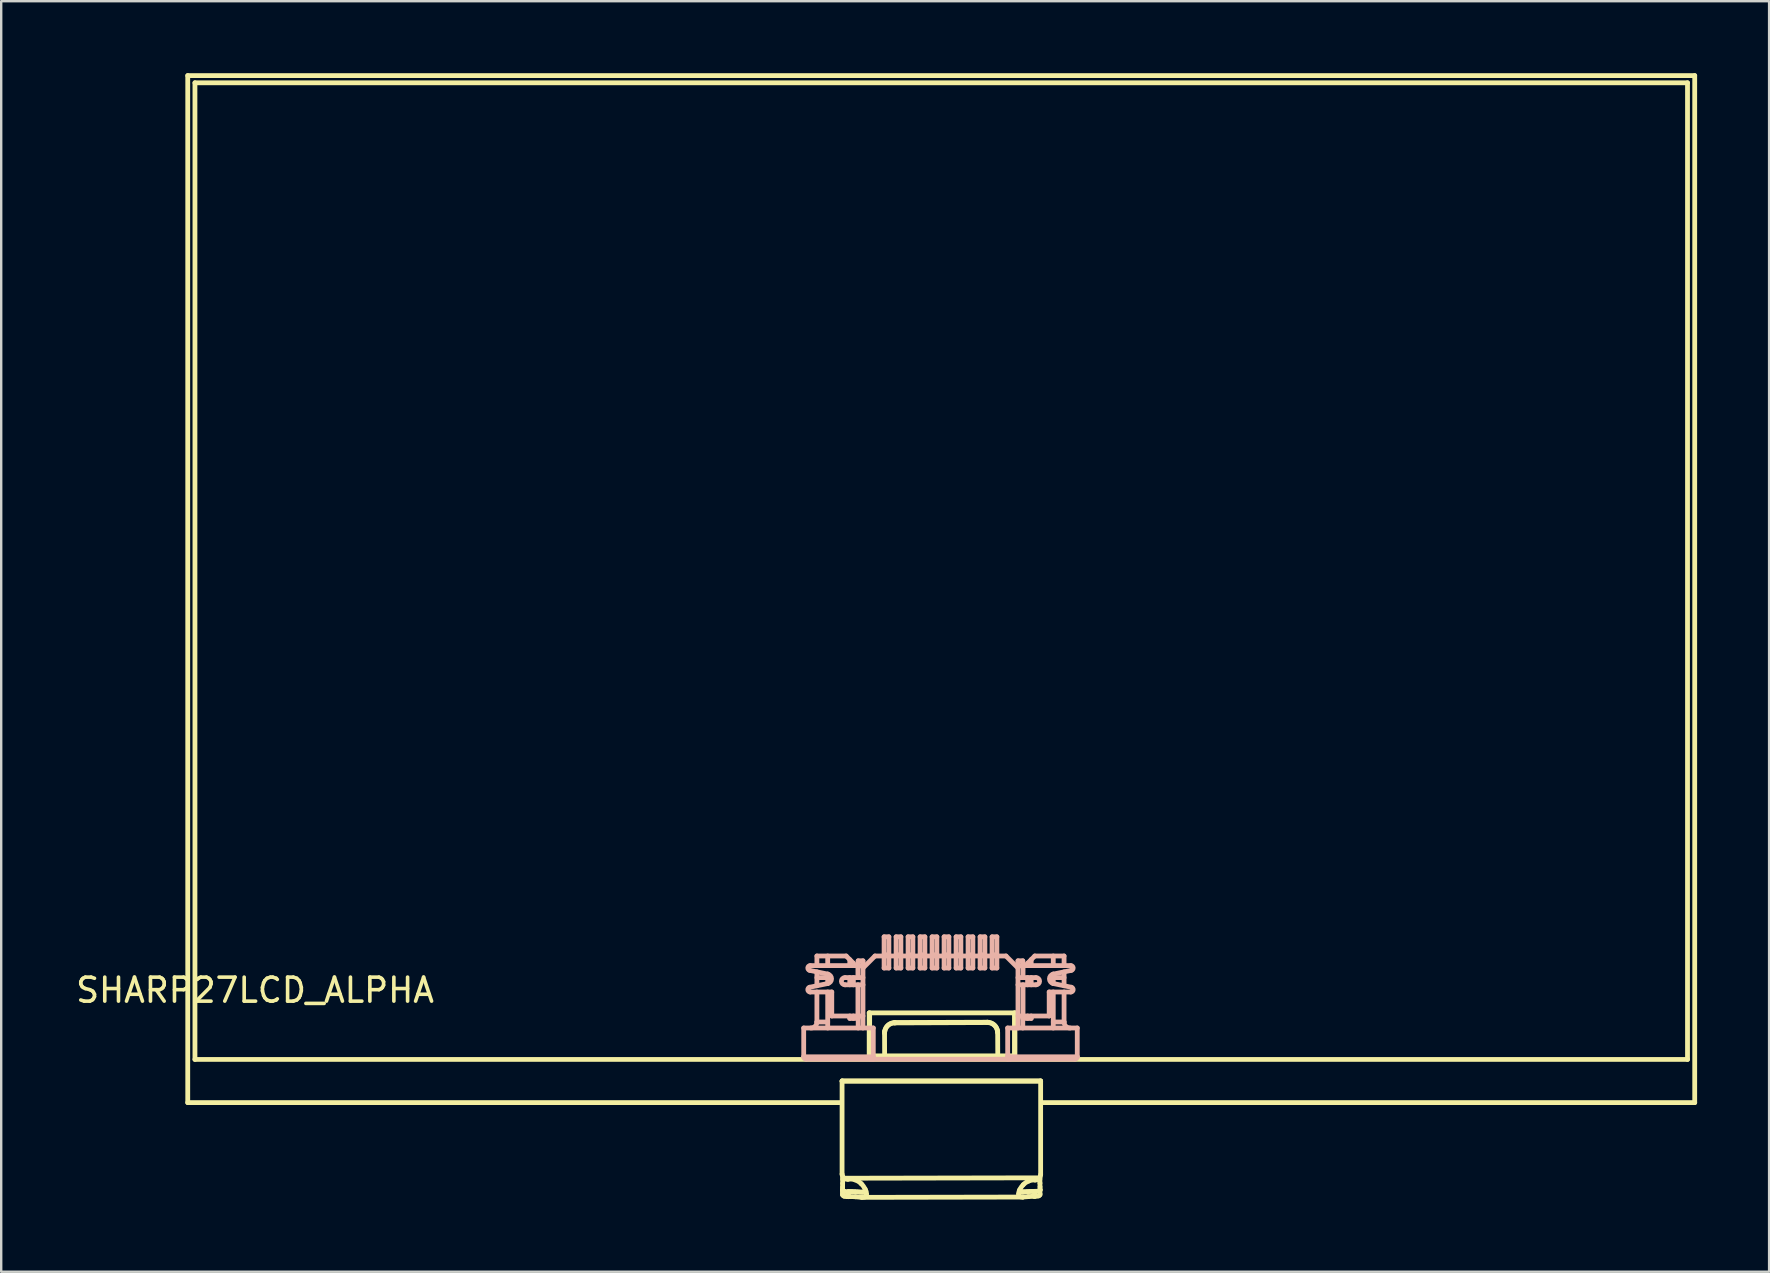
<source format=kicad_pcb>
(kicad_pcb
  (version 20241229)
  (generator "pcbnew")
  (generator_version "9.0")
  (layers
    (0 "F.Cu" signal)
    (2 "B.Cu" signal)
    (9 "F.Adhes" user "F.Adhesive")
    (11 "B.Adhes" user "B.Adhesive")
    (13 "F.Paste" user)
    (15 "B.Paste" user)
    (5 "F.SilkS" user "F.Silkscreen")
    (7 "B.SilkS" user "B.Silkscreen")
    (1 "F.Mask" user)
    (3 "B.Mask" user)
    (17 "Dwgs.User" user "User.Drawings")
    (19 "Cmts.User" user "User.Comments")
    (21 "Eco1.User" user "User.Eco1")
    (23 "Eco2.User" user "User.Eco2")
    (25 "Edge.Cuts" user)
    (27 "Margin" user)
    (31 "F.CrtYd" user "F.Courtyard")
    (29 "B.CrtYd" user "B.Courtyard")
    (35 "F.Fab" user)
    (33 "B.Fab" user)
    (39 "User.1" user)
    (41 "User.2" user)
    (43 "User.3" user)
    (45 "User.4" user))
  (footprint "SHARP27LCD_ALPHA"
    (layer "F.Cu")
    (at 8.974 43.1)
    (property "Reference" "SHARP27LCD_ALPHA" (at -1.396 -4.885 0) (layer "F.SilkS") (effects (font (size 1 1) (thickness 0.15))))
    (attr through_hole)
    (fp_line (start -4.2 -43) (end -4.2 -0.2) (stroke (width 0.2) (type solid)) (layer "F.SilkS"))
    (fp_line (start -4.2 -0.2) (end 23 -0.2) (stroke (width 0.2) (type solid)) (layer "F.SilkS"))
    (fp_line (start -3.9 -42.7) (end -3.9 -2) (stroke (width 0.2) (type solid)) (layer "F.SilkS"))
    (fp_line (start -3.9 -2) (end 58.3 -2) (stroke (width 0.2) (type solid)) (layer "F.SilkS"))
    (fp_line (start 23.068 -1.092) (end 23.068 2.777) (stroke (width 0.2) (type solid)) (layer "F.SilkS"))
    (fp_line (start 23.068 -1.092) (end 23.072 -1.108) (stroke (width 0.2) (type solid)) (layer "F.SilkS"))
    (fp_line (start 23.087 3.439) (end 23.089 3.624) (stroke (width 0.2) (type solid)) (layer "F.SilkS"))
    (fp_line (start 23.093 3.46) (end 23.095 3.654) (stroke (width 0.2) (type solid)) (layer "F.SilkS"))
    (fp_line (start 23.155 2.95) (end 31.298 2.934) (stroke (width 0.2) (type solid)) (layer "F.SilkS"))
    (fp_line (start 23.333 3.718) (end 23.332 3.51) (stroke (width 0.2) (type solid)) (layer "F.SilkS"))
    (fp_line (start 23.916 3.748) (end 30.594 3.735) (stroke (width 0.2) (type solid)) (layer "F.SilkS"))
    (fp_line (start 24.198 -3.94) (end 30.272 -3.94) (stroke (width 0.2) (type solid)) (layer "F.SilkS"))
    (fp_line (start 24.198 -2.048) (end 24.198 -3.94) (stroke (width 0.2) (type solid)) (layer "F.SilkS"))
    (fp_line (start 24.198 -2.048) (end 24.217 -2.149) (stroke (width 0.2) (type solid)) (layer "F.SilkS"))
    (fp_line (start 24.217 -2.149) (end 24.217 -3.94) (stroke (width 0.2) (type solid)) (layer "F.SilkS"))
    (fp_line (start 24.841 -2.149) (end 24.838 -3.094) (stroke (width 0.2) (type solid)) (layer "F.SilkS"))
    (fp_line (start 24.845 -3.174) (end 24.843 -3.16) (stroke (width 0.2) (type solid)) (layer "F.SilkS"))
    (fp_line (start 25.263 -3.522) (end 29.123 -3.537) (stroke (width 0.2) (type solid)) (layer "F.SilkS"))
    (fp_line (start 25.265 -3.537) (end 25.263 -3.522) (stroke (width 0.2) (type solid)) (layer "F.SilkS"))
    (fp_line (start 25.265 -3.537) (end 29.122 -3.551) (stroke (width 0.2) (type solid)) (layer "F.SilkS"))
    (fp_line (start 29.122 -3.551) (end 29.123 -3.537) (stroke (width 0.2) (type solid)) (layer "F.SilkS"))
    (fp_line (start 29.547 -3.174) (end 29.545 -3.188) (stroke (width 0.2) (type solid)) (layer "F.SilkS"))
    (fp_line (start 29.552 -3.111) (end 29.556 -2.149) (stroke (width 0.2) (type solid)) (layer "F.SilkS"))
    (fp_line (start 30.253 -3.94) (end 30.253 -2.149) (stroke (width 0.2) (type solid)) (layer "F.SilkS"))
    (fp_line (start 30.253 -2.149) (end 24.217 -2.149) (stroke (width 0.2) (type solid)) (layer "F.SilkS"))
    (fp_line (start 30.272 -3.94) (end 30.272 -2.048) (stroke (width 0.2) (type solid)) (layer "F.SilkS"))
    (fp_line (start 30.272 -2.048) (end 24.198 -2.048) (stroke (width 0.2) (type solid)) (layer "F.SilkS"))
    (fp_line (start 30.272 -2.048) (end 30.253 -2.149) (stroke (width 0.2) (type solid)) (layer "F.SilkS"))
    (fp_line (start 31.092 3.707) (end 31.092 3.498) (stroke (width 0.2) (type solid)) (layer "F.SilkS"))
    (fp_line (start 31.314 3.641) (end 31.315 3.447) (stroke (width 0.2) (type solid)) (layer "F.SilkS"))
    (fp_line (start 31.32 3.451) (end 31.32 3.428) (stroke (width 0.2) (type solid)) (layer "F.SilkS"))
    (fp_line (start 31.339 -1.108) (end 23.072 -1.108) (stroke (width 0.2) (type solid)) (layer "F.SilkS"))
    (fp_line (start 31.343 -1.092) (end 23.068 -1.092) (stroke (width 0.2) (type solid)) (layer "F.SilkS"))
    (fp_line (start 31.343 -1.092) (end 31.339 -1.108) (stroke (width 0.2) (type solid)) (layer "F.SilkS"))
    (fp_line (start 31.343 2.802) (end 31.343 -1.092) (stroke (width 0.2) (type solid)) (layer "F.SilkS"))
    (fp_line (start 31.4 -0.2) (end 58.6 -0.2) (stroke (width 0.2) (type solid)) (layer "F.SilkS"))
    (fp_line (start 58.3 -42.7) (end -3.9 -42.7) (stroke (width 0.2) (type solid)) (layer "F.SilkS"))
    (fp_line (start 58.3 -2) (end 58.3 -42.7) (stroke (width 0.2) (type solid)) (layer "F.SilkS"))
    (fp_line (start 58.6 -43) (end -4.2 -43) (stroke (width 0.2) (type solid)) (layer "F.SilkS"))
    (fp_line (start 58.6 -0.2) (end 58.6 -43) (stroke (width 0.2) (type solid)) (layer "F.SilkS"))
    (fp_arc (start 23.154666 2.949517) (mid 23.090867 2.873549) (end 23.067975 2.777022) (stroke (width 0.2) (type solid)) (layer "F.SilkS"))
    (fp_arc (start 24.837875 -3.09378) (mid 24.961813 -3.396197) (end 25.263292 -3.522401) (stroke (width 0.2) (type solid)) (layer "F.SilkS"))
    (fp_arc (start 24.844956 -3.17421) (mid 24.988099 -3.432973) (end 25.265101 -3.536503) (stroke (width 0.2) (type solid)) (layer "F.SilkS"))
    (fp_arc (start 29.121699 -3.550977) (mid 29.400763 -3.448427) (end 29.545076 -3.18849) (stroke (width 0.2) (type solid)) (layer "F.SilkS"))
    (fp_arc (start 29.123498 -3.536888) (mid 29.425915 -3.41295) (end 29.552119 -3.111471) (stroke (width 0.2) (type solid)) (layer "F.SilkS"))
    (fp_arc (start 31.342861 2.802226) (mid 31.331218 2.872012) (end 31.29755 2.934238) (stroke (width 0.2) (type solid)) (layer "F.SilkS"))
    (fp_curve (pts (xy 23.087 3.439) (xy 23.088 3.403) (xy 23.089 3.366) (xy 23.089 3.322)) (stroke (width 0.2) (type solid)) (layer "F.SilkS"))
    (fp_curve (pts (xy 23.089 3.322) (xy 23.09 3.277) (xy 23.091 3.224) (xy 23.091 3.168)) (stroke (width 0.2) (type solid)) (layer "F.SilkS"))
    (fp_curve (pts (xy 23.091 3.168) (xy 23.091 3.112) (xy 23.092 3.053) (xy 23.092 2.991)) (stroke (width 0.2) (type solid)) (layer "F.SilkS"))
    (fp_curve (pts (xy 23.092 2.991) (xy 23.092 2.951) (xy 23.091 2.911) (xy 23.091 2.87)) (stroke (width 0.2) (type solid)) (layer "F.SilkS"))
    (fp_curve (pts (xy 23.155 2.949) (xy 23.201 2.985) (xy 23.259 3.002) (xy 23.316 2.993)) (stroke (width 0.2) (type solid)) (layer "F.SilkS"))
    (fp_curve (pts (xy 23.156 3.7) (xy 23.111 3.684) (xy 23.087 3.658) (xy 23.089 3.624)) (stroke (width 0.2) (type solid)) (layer "F.SilkS"))
    (fp_curve (pts (xy 23.167 3.5) (xy 23.12 3.49) (xy 23.085 3.47) (xy 23.087 3.439)) (stroke (width 0.2) (type solid)) (layer "F.SilkS"))
    (fp_curve (pts (xy 23.316 2.995) (xy 23.417 2.974) (xy 23.52 2.987) (xy 23.616 3.02)) (stroke (width 0.2) (type solid)) (layer "F.SilkS"))
    (fp_curve (pts (xy 23.332 3.51) (xy 23.274 3.512) (xy 23.214 3.51) (xy 23.167 3.5)) (stroke (width 0.2) (type solid)) (layer "F.SilkS"))
    (fp_curve (pts (xy 23.333 3.718) (xy 23.267 3.721) (xy 23.2 3.715) (xy 23.156 3.7)) (stroke (width 0.2) (type solid)) (layer "F.SilkS"))
    (fp_curve (pts (xy 23.419 3.508) (xy 23.39 3.508) (xy 23.361 3.509) (xy 23.332 3.51)) (stroke (width 0.2) (type solid)) (layer "F.SilkS"))
    (fp_curve (pts (xy 23.504 3.509) (xy 23.476 3.508) (xy 23.447 3.508) (xy 23.419 3.508)) (stroke (width 0.2) (type solid)) (layer "F.SilkS"))
    (fp_curve (pts (xy 23.613 3.513) (xy 23.577 3.511) (xy 23.541 3.51) (xy 23.504 3.509)) (stroke (width 0.2) (type solid)) (layer "F.SilkS"))
    (fp_curve (pts (xy 23.616 3.02) (xy 23.712 3.054) (xy 23.798 3.111) (xy 23.868 3.18)) (stroke (width 0.2) (type solid)) (layer "F.SilkS"))
    (fp_curve (pts (xy 23.63 3.723) (xy 23.536 3.715) (xy 23.433 3.712) (xy 23.333 3.718)) (stroke (width 0.2) (type solid)) (layer "F.SilkS"))
    (fp_curve (pts (xy 23.716 3.52) (xy 23.683 3.518) (xy 23.648 3.515) (xy 23.613 3.513)) (stroke (width 0.2) (type solid)) (layer "F.SilkS"))
    (fp_curve (pts (xy 23.799 3.527) (xy 23.772 3.525) (xy 23.744 3.522) (xy 23.716 3.52)) (stroke (width 0.2) (type solid)) (layer "F.SilkS"))
    (fp_curve (pts (xy 23.868 3.18) (xy 23.938 3.249) (xy 23.992 3.329) (xy 24.028 3.404)) (stroke (width 0.2) (type solid)) (layer "F.SilkS"))
    (fp_curve (pts (xy 23.873 3.531) (xy 23.85 3.53) (xy 23.825 3.529) (xy 23.799 3.527)) (stroke (width 0.2) (type solid)) (layer "F.SilkS"))
    (fp_curve (pts (xy 23.879 3.747) (xy 23.81 3.743) (xy 23.725 3.731) (xy 23.63 3.723)) (stroke (width 0.2) (type solid)) (layer "F.SilkS"))
    (fp_curve (pts (xy 23.931 3.532) (xy 23.913 3.533) (xy 23.894 3.532) (xy 23.873 3.531)) (stroke (width 0.2) (type solid)) (layer "F.SilkS"))
    (fp_curve (pts (xy 23.981 3.528) (xy 23.966 3.531) (xy 23.949 3.532) (xy 23.931 3.532)) (stroke (width 0.2) (type solid)) (layer "F.SilkS"))
    (fp_curve (pts (xy 24.02 3.52) (xy 24.008 3.523) (xy 23.995 3.526) (xy 23.981 3.528)) (stroke (width 0.2) (type solid)) (layer "F.SilkS"))
    (fp_curve (pts (xy 24.028 3.404) (xy 24.065 3.479) (xy 24.084 3.549) (xy 24.085 3.605)) (stroke (width 0.2) (type solid)) (layer "F.SilkS"))
    (fp_curve (pts (xy 24.034 3.722) (xy 24 3.745) (xy 23.948 3.75) (xy 23.879 3.747)) (stroke (width 0.2) (type solid)) (layer "F.SilkS"))
    (fp_curve (pts (xy 24.049 3.505) (xy 24.041 3.511) (xy 24.031 3.516) (xy 24.02 3.52)) (stroke (width 0.2) (type solid)) (layer "F.SilkS"))
    (fp_curve (pts (xy 24.062 3.492) (xy 24.058 3.496) (xy 24.054 3.501) (xy 24.049 3.505)) (stroke (width 0.2) (type solid)) (layer "F.SilkS"))
    (fp_curve (pts (xy 24.085 3.605) (xy 24.086 3.661) (xy 24.069 3.7) (xy 24.034 3.722)) (stroke (width 0.2) (type solid)) (layer "F.SilkS"))
    (fp_curve (pts (xy 30.426 3.6) (xy 30.427 3.551) (xy 30.444 3.489) (xy 30.476 3.422)) (stroke (width 0.2) (type solid)) (layer "F.SilkS"))
    (fp_curve (pts (xy 30.46 3.494) (xy 30.457 3.491) (xy 30.454 3.488) (xy 30.451 3.485)) (stroke (width 0.2) (type solid)) (layer "F.SilkS"))
    (fp_curve (pts (xy 30.469 3.707) (xy 30.439 3.686) (xy 30.425 3.65) (xy 30.426 3.6)) (stroke (width 0.2) (type solid)) (layer "F.SilkS"))
    (fp_curve (pts (xy 30.476 3.422) (xy 30.508 3.355) (xy 30.555 3.284) (xy 30.617 3.222)) (stroke (width 0.2) (type solid)) (layer "F.SilkS"))
    (fp_curve (pts (xy 30.494 3.51) (xy 30.481 3.506) (xy 30.469 3.501) (xy 30.46 3.494)) (stroke (width 0.2) (type solid)) (layer "F.SilkS"))
    (fp_curve (pts (xy 30.537 3.517) (xy 30.521 3.516) (xy 30.507 3.513) (xy 30.494 3.51)) (stroke (width 0.2) (type solid)) (layer "F.SilkS"))
    (fp_curve (pts (xy 30.6 3.52) (xy 30.577 3.52) (xy 30.556 3.52) (xy 30.537 3.517)) (stroke (width 0.2) (type solid)) (layer "F.SilkS"))
    (fp_curve (pts (xy 30.604 3.735) (xy 30.544 3.736) (xy 30.499 3.729) (xy 30.469 3.707)) (stroke (width 0.2) (type solid)) (layer "F.SilkS"))
    (fp_curve (pts (xy 30.617 3.222) (xy 30.678 3.159) (xy 30.754 3.104) (xy 30.839 3.069)) (stroke (width 0.2) (type solid)) (layer "F.SilkS"))
    (fp_curve (pts (xy 30.67 3.517) (xy 30.645 3.519) (xy 30.622 3.52) (xy 30.6 3.52)) (stroke (width 0.2) (type solid)) (layer "F.SilkS"))
    (fp_curve (pts (xy 30.772 3.51) (xy 30.736 3.512) (xy 30.702 3.515) (xy 30.67 3.517)) (stroke (width 0.2) (type solid)) (layer "F.SilkS"))
    (fp_curve (pts (xy 30.823 3.717) (xy 30.739 3.724) (xy 30.664 3.734) (xy 30.604 3.735)) (stroke (width 0.2) (type solid)) (layer "F.SilkS"))
    (fp_curve (pts (xy 30.839 3.069) (xy 30.924 3.034) (xy 31.017 3.016) (xy 31.11 3.027)) (stroke (width 0.2) (type solid)) (layer "F.SilkS"))
    (fp_curve (pts (xy 30.879 3.503) (xy 30.842 3.505) (xy 30.807 3.507) (xy 30.772 3.51)) (stroke (width 0.2) (type solid)) (layer "F.SilkS"))
    (fp_curve (pts (xy 30.986 3.499) (xy 30.95 3.499) (xy 30.914 3.501) (xy 30.879 3.503)) (stroke (width 0.2) (type solid)) (layer "F.SilkS"))
    (fp_curve (pts (xy 31.092 3.707) (xy 31 3.704) (xy 30.907 3.71) (xy 30.823 3.717)) (stroke (width 0.2) (type solid)) (layer "F.SilkS"))
    (fp_curve (pts (xy 31.092 3.498) (xy 31.057 3.498) (xy 31.021 3.498) (xy 30.986 3.499)) (stroke (width 0.2) (type solid)) (layer "F.SilkS"))
    (fp_curve (pts (xy 31.111 3.024) (xy 31.147 3.027) (xy 31.183 3.02) (xy 31.216 3.004)) (stroke (width 0.2) (type solid)) (layer "F.SilkS"))
    (fp_curve (pts (xy 31.216 3.004) (xy 31.248 2.988) (xy 31.275 2.963) (xy 31.297 2.934)) (stroke (width 0.2) (type solid)) (layer "F.SilkS"))
    (fp_curve (pts (xy 31.248 3.486) (xy 31.203 3.496) (xy 31.148 3.499) (xy 31.092 3.498)) (stroke (width 0.2) (type solid)) (layer "F.SilkS"))
    (fp_curve (pts (xy 31.259 3.686) (xy 31.218 3.702) (xy 31.156 3.708) (xy 31.092 3.707)) (stroke (width 0.2) (type solid)) (layer "F.SilkS"))
    (fp_curve (pts (xy 31.311 2.907) (xy 31.311 2.931) (xy 31.311 2.954) (xy 31.312 2.978)) (stroke (width 0.2) (type solid)) (layer "F.SilkS"))
    (fp_curve (pts (xy 31.312 2.978) (xy 31.312 3.04) (xy 31.313 3.1) (xy 31.314 3.156)) (stroke (width 0.2) (type solid)) (layer "F.SilkS"))
    (fp_curve (pts (xy 31.314 3.156) (xy 31.315 3.213) (xy 31.316 3.266) (xy 31.317 3.311)) (stroke (width 0.2) (type solid)) (layer "F.SilkS"))
    (fp_curve (pts (xy 31.317 3.311) (xy 31.318 3.355) (xy 31.319 3.392) (xy 31.32 3.428)) (stroke (width 0.2) (type solid)) (layer "F.SilkS"))
    (fp_curve (pts (xy 31.319 3.614) (xy 31.32 3.646) (xy 31.299 3.671) (xy 31.259 3.686)) (stroke (width 0.2) (type solid)) (layer "F.SilkS"))
    (fp_curve (pts (xy 31.32 3.428) (xy 31.321 3.456) (xy 31.292 3.475) (xy 31.248 3.486)) (stroke (width 0.2) (type solid)) (layer "F.SilkS"))
    (fp_line (start 21.469 -3.31) (end 24.369 -3.31) (stroke (width 0.2) (type solid)) (layer "B.SilkS"))
    (fp_line (start 21.469 -2.11) (end 21.469 -3.31) (stroke (width 0.2) (type solid)) (layer "B.SilkS"))
    (fp_line (start 21.469 -2.11) (end 24.369 -2.11) (stroke (width 0.2) (type solid)) (layer "B.SilkS"))
    (fp_line (start 21.569 -2.01) (end 32.769 -2.01) (stroke (width 0.2) (type solid)) (layer "B.SilkS"))
    (fp_line (start 21.719 -5.712) (end 22.47 -5.556) (stroke (width 0.2) (type solid)) (layer "B.SilkS"))
    (fp_line (start 21.739 -5.91) (end 23.939 -5.91) (stroke (width 0.2) (type solid)) (layer "B.SilkS"))
    (fp_line (start 21.739 -4.81) (end 22.639 -4.81) (stroke (width 0.2) (type solid)) (layer "B.SilkS"))
    (fp_line (start 22.019 -6.31) (end 23.239 -6.31) (stroke (width 0.2) (type solid)) (layer "B.SilkS"))
    (fp_line (start 22.019 -5.91) (end 22.019 -6.31) (stroke (width 0.2) (type solid)) (layer "B.SilkS"))
    (fp_line (start 22.019 -5.65) (end 22.019 -5.07) (stroke (width 0.2) (type solid)) (layer "B.SilkS"))
    (fp_line (start 22.019 -4.81) (end 22.019 -3.56) (stroke (width 0.2) (type solid)) (layer "B.SilkS"))
    (fp_line (start 22.019 -3.56) (end 22.469 -3.56) (stroke (width 0.2) (type solid)) (layer "B.SilkS"))
    (fp_line (start 22.469 -6.31) (end 22.469 -5.91) (stroke (width 0.2) (type solid)) (layer "B.SilkS"))
    (fp_line (start 22.469 -5.556) (end 22.469 -5.164) (stroke (width 0.2) (type solid)) (layer "B.SilkS"))
    (fp_line (start 22.469 -5.41) (end 22.019 -5.41) (stroke (width 0.2) (type solid)) (layer "B.SilkS"))
    (fp_line (start 22.469 -4.81) (end 22.469 -3.31) (stroke (width 0.2) (type solid)) (layer "B.SilkS"))
    (fp_line (start 22.47 -5.164) (end 21.719 -5.008) (stroke (width 0.2) (type solid)) (layer "B.SilkS"))
    (fp_line (start 22.639 -3.81) (end 22.639 -4.81) (stroke (width 0.2) (type solid)) (layer "B.SilkS"))
    (fp_line (start 22.639 -3.81) (end 23.939 -3.81) (stroke (width 0.2) (type solid)) (layer "B.SilkS"))
    (fp_line (start 23.189 -5.41) (end 23.939 -5.41) (stroke (width 0.2) (type solid)) (layer "B.SilkS"))
    (fp_line (start 23.389 -5.91) (end 23.389 -6.16) (stroke (width 0.2) (type solid)) (layer "B.SilkS"))
    (fp_line (start 23.389 -5.11) (end 23.389 -5.41) (stroke (width 0.2) (type solid)) (layer "B.SilkS"))
    (fp_line (start 23.389 -3.71) (end 23.389 -3.81) (stroke (width 0.2) (type solid)) (layer "B.SilkS"))
    (fp_line (start 23.389 -3.71) (end 23.739 -3.71) (stroke (width 0.2) (type solid)) (layer "B.SilkS"))
    (fp_line (start 23.539 -6.01) (end 23.239 -6.31) (stroke (width 0.2) (type solid)) (layer "B.SilkS"))
    (fp_line (start 23.539 -6.01) (end 23.539 -5.91) (stroke (width 0.2) (type solid)) (layer "B.SilkS"))
    (fp_line (start 23.539 -5.41) (end 23.539 -5.11) (stroke (width 0.2) (type solid)) (layer "B.SilkS"))
    (fp_line (start 23.539 -3.81) (end 23.539 -3.71) (stroke (width 0.2) (type solid)) (layer "B.SilkS"))
    (fp_line (start 23.729 -5.41) (end 23.729 -5.91) (stroke (width 0.2) (type solid)) (layer "B.SilkS"))
    (fp_line (start 23.729 -3.81) (end 23.729 -5.11) (stroke (width 0.2) (type solid)) (layer "B.SilkS"))
    (fp_line (start 23.739 -6.11) (end 23.739 -5.91) (stroke (width 0.2) (type solid)) (layer "B.SilkS"))
    (fp_line (start 23.739 -6.11) (end 23.939 -6.11) (stroke (width 0.2) (type solid)) (layer "B.SilkS"))
    (fp_line (start 23.739 -3.71) (end 23.739 -3.31) (stroke (width 0.2) (type solid)) (layer "B.SilkS"))
    (fp_line (start 23.939 -5.11) (end 23.189 -5.11) (stroke (width 0.2) (type solid)) (layer "B.SilkS"))
    (fp_line (start 23.939 -3.31) (end 23.939 -6.11) (stroke (width 0.2) (type solid)) (layer "B.SilkS"))
    (fp_line (start 24.369 -2.01) (end 24.369 -3.31) (stroke (width 0.2) (type solid)) (layer "B.SilkS"))
    (fp_line (start 24.439 -6.31) (end 23.939 -5.81) (stroke (width 0.2) (type solid)) (layer "B.SilkS"))
    (fp_line (start 24.819 -7.11) (end 24.819 -5.81) (stroke (width 0.2) (type solid)) (layer "B.SilkS"))
    (fp_line (start 25.019 -7.11) (end 24.819 -7.11) (stroke (width 0.2) (type solid)) (layer "B.SilkS"))
    (fp_line (start 25.019 -7.11) (end 25.019 -5.81) (stroke (width 0.2) (type solid)) (layer "B.SilkS"))
    (fp_line (start 25.019 -6.36) (end 24.819 -6.36) (stroke (width 0.2) (type solid)) (layer "B.SilkS"))
    (fp_line (start 25.019 -5.81) (end 24.819 -5.81) (stroke (width 0.2) (type solid)) (layer "B.SilkS"))
    (fp_line (start 25.319 -7.11) (end 25.319 -5.81) (stroke (width 0.2) (type solid)) (layer "B.SilkS"))
    (fp_line (start 25.519 -7.11) (end 25.319 -7.11) (stroke (width 0.2) (type solid)) (layer "B.SilkS"))
    (fp_line (start 25.519 -7.11) (end 25.519 -5.81) (stroke (width 0.2) (type solid)) (layer "B.SilkS"))
    (fp_line (start 25.519 -6.36) (end 25.319 -6.36) (stroke (width 0.2) (type solid)) (layer "B.SilkS"))
    (fp_line (start 25.519 -5.81) (end 25.319 -5.81) (stroke (width 0.2) (type solid)) (layer "B.SilkS"))
    (fp_line (start 25.819 -7.11) (end 25.819 -5.81) (stroke (width 0.2) (type solid)) (layer "B.SilkS"))
    (fp_line (start 26.019 -7.11) (end 25.819 -7.11) (stroke (width 0.2) (type solid)) (layer "B.SilkS"))
    (fp_line (start 26.019 -7.11) (end 26.019 -5.81) (stroke (width 0.2) (type solid)) (layer "B.SilkS"))
    (fp_line (start 26.019 -6.36) (end 25.819 -6.36) (stroke (width 0.2) (type solid)) (layer "B.SilkS"))
    (fp_line (start 26.019 -5.81) (end 25.819 -5.81) (stroke (width 0.2) (type solid)) (layer "B.SilkS"))
    (fp_line (start 26.319 -7.11) (end 26.319 -5.81) (stroke (width 0.2) (type solid)) (layer "B.SilkS"))
    (fp_line (start 26.519 -7.11) (end 26.319 -7.11) (stroke (width 0.2) (type solid)) (layer "B.SilkS"))
    (fp_line (start 26.519 -7.11) (end 26.519 -5.81) (stroke (width 0.2) (type solid)) (layer "B.SilkS"))
    (fp_line (start 26.519 -6.36) (end 26.319 -6.36) (stroke (width 0.2) (type solid)) (layer "B.SilkS"))
    (fp_line (start 26.519 -5.81) (end 26.319 -5.81) (stroke (width 0.2) (type solid)) (layer "B.SilkS"))
    (fp_line (start 26.819 -7.11) (end 26.819 -5.81) (stroke (width 0.2) (type solid)) (layer "B.SilkS"))
    (fp_line (start 27.019 -7.11) (end 26.819 -7.11) (stroke (width 0.2) (type solid)) (layer "B.SilkS"))
    (fp_line (start 27.019 -7.11) (end 27.019 -5.81) (stroke (width 0.2) (type solid)) (layer "B.SilkS"))
    (fp_line (start 27.019 -6.36) (end 26.819 -6.36) (stroke (width 0.2) (type solid)) (layer "B.SilkS"))
    (fp_line (start 27.019 -5.81) (end 26.819 -5.81) (stroke (width 0.2) (type solid)) (layer "B.SilkS"))
    (fp_line (start 27.319 -7.11) (end 27.319 -5.81) (stroke (width 0.2) (type solid)) (layer "B.SilkS"))
    (fp_line (start 27.519 -7.11) (end 27.319 -7.11) (stroke (width 0.2) (type solid)) (layer "B.SilkS"))
    (fp_line (start 27.519 -7.11) (end 27.519 -5.81) (stroke (width 0.2) (type solid)) (layer "B.SilkS"))
    (fp_line (start 27.519 -6.36) (end 27.319 -6.36) (stroke (width 0.2) (type solid)) (layer "B.SilkS"))
    (fp_line (start 27.519 -5.81) (end 27.319 -5.81) (stroke (width 0.2) (type solid)) (layer "B.SilkS"))
    (fp_line (start 27.819 -7.11) (end 27.819 -5.81) (stroke (width 0.2) (type solid)) (layer "B.SilkS"))
    (fp_line (start 28.019 -7.11) (end 27.819 -7.11) (stroke (width 0.2) (type solid)) (layer "B.SilkS"))
    (fp_line (start 28.019 -7.11) (end 28.019 -5.81) (stroke (width 0.2) (type solid)) (layer "B.SilkS"))
    (fp_line (start 28.019 -6.36) (end 27.819 -6.36) (stroke (width 0.2) (type solid)) (layer "B.SilkS"))
    (fp_line (start 28.019 -5.81) (end 27.819 -5.81) (stroke (width 0.2) (type solid)) (layer "B.SilkS"))
    (fp_line (start 28.319 -7.11) (end 28.319 -5.81) (stroke (width 0.2) (type solid)) (layer "B.SilkS"))
    (fp_line (start 28.519 -7.11) (end 28.319 -7.11) (stroke (width 0.2) (type solid)) (layer "B.SilkS"))
    (fp_line (start 28.519 -7.11) (end 28.519 -5.81) (stroke (width 0.2) (type solid)) (layer "B.SilkS"))
    (fp_line (start 28.519 -6.36) (end 28.319 -6.36) (stroke (width 0.2) (type solid)) (layer "B.SilkS"))
    (fp_line (start 28.519 -5.81) (end 28.319 -5.81) (stroke (width 0.2) (type solid)) (layer "B.SilkS"))
    (fp_line (start 28.819 -7.11) (end 28.819 -5.81) (stroke (width 0.2) (type solid)) (layer "B.SilkS"))
    (fp_line (start 29.019 -7.11) (end 28.819 -7.11) (stroke (width 0.2) (type solid)) (layer "B.SilkS"))
    (fp_line (start 29.019 -7.11) (end 29.019 -5.81) (stroke (width 0.2) (type solid)) (layer "B.SilkS"))
    (fp_line (start 29.019 -6.36) (end 28.819 -6.36) (stroke (width 0.2) (type solid)) (layer "B.SilkS"))
    (fp_line (start 29.019 -5.81) (end 28.819 -5.81) (stroke (width 0.2) (type solid)) (layer "B.SilkS"))
    (fp_line (start 29.319 -7.11) (end 29.319 -5.81) (stroke (width 0.2) (type solid)) (layer "B.SilkS"))
    (fp_line (start 29.519 -7.11) (end 29.319 -7.11) (stroke (width 0.2) (type solid)) (layer "B.SilkS"))
    (fp_line (start 29.519 -7.11) (end 29.519 -5.81) (stroke (width 0.2) (type solid)) (layer "B.SilkS"))
    (fp_line (start 29.519 -6.36) (end 29.319 -6.36) (stroke (width 0.2) (type solid)) (layer "B.SilkS"))
    (fp_line (start 29.519 -5.81) (end 29.319 -5.81) (stroke (width 0.2) (type solid)) (layer "B.SilkS"))
    (fp_line (start 29.899 -6.31) (end 24.439 -6.31) (stroke (width 0.2) (type solid)) (layer "B.SilkS"))
    (fp_line (start 29.969 -3.31) (end 32.869 -3.31) (stroke (width 0.2) (type solid)) (layer "B.SilkS"))
    (fp_line (start 29.969 -2.11) (end 32.869 -2.11) (stroke (width 0.2) (type solid)) (layer "B.SilkS"))
    (fp_line (start 29.969 -2.01) (end 29.969 -3.31) (stroke (width 0.2) (type solid)) (layer "B.SilkS"))
    (fp_line (start 30.399 -6.11) (end 30.399 -3.31) (stroke (width 0.2) (type solid)) (layer "B.SilkS"))
    (fp_line (start 30.399 -5.81) (end 29.899 -6.31) (stroke (width 0.2) (type solid)) (layer "B.SilkS"))
    (fp_line (start 30.399 -5.41) (end 31.149 -5.41) (stroke (width 0.2) (type solid)) (layer "B.SilkS"))
    (fp_line (start 30.599 -6.11) (end 30.399 -6.11) (stroke (width 0.2) (type solid)) (layer "B.SilkS"))
    (fp_line (start 30.599 -5.91) (end 30.599 -6.11) (stroke (width 0.2) (type solid)) (layer "B.SilkS"))
    (fp_line (start 30.599 -3.71) (end 30.599 -3.31) (stroke (width 0.2) (type solid)) (layer "B.SilkS"))
    (fp_line (start 30.599 -3.71) (end 30.949 -3.71) (stroke (width 0.2) (type solid)) (layer "B.SilkS"))
    (fp_line (start 30.609 -5.41) (end 30.609 -5.91) (stroke (width 0.2) (type solid)) (layer "B.SilkS"))
    (fp_line (start 30.609 -3.81) (end 30.609 -5.11) (stroke (width 0.2) (type solid)) (layer "B.SilkS"))
    (fp_line (start 30.799 -5.91) (end 30.799 -6.01) (stroke (width 0.2) (type solid)) (layer "B.SilkS"))
    (fp_line (start 30.799 -5.11) (end 30.799 -5.41) (stroke (width 0.2) (type solid)) (layer "B.SilkS"))
    (fp_line (start 30.799 -3.71) (end 30.799 -3.81) (stroke (width 0.2) (type solid)) (layer "B.SilkS"))
    (fp_line (start 30.949 -6.16) (end 30.949 -5.91) (stroke (width 0.2) (type solid)) (layer "B.SilkS"))
    (fp_line (start 30.949 -5.41) (end 30.949 -5.11) (stroke (width 0.2) (type solid)) (layer "B.SilkS"))
    (fp_line (start 30.949 -3.81) (end 30.949 -3.71) (stroke (width 0.2) (type solid)) (layer "B.SilkS"))
    (fp_line (start 31.099 -6.31) (end 30.799 -6.01) (stroke (width 0.2) (type solid)) (layer "B.SilkS"))
    (fp_line (start 31.099 -6.31) (end 32.319 -6.31) (stroke (width 0.2) (type solid)) (layer "B.SilkS"))
    (fp_line (start 31.149 -5.11) (end 30.399 -5.11) (stroke (width 0.2) (type solid)) (layer "B.SilkS"))
    (fp_line (start 31.699 -3.81) (end 30.399 -3.81) (stroke (width 0.2) (type solid)) (layer "B.SilkS"))
    (fp_line (start 31.699 -3.81) (end 31.699 -4.81) (stroke (width 0.2) (type solid)) (layer "B.SilkS"))
    (fp_line (start 31.869 -5.164) (end 32.62 -5.008) (stroke (width 0.2) (type solid)) (layer "B.SilkS"))
    (fp_line (start 31.869 -6.31) (end 31.869 -5.91) (stroke (width 0.2) (type solid)) (layer "B.SilkS"))
    (fp_line (start 31.869 -5.556) (end 31.869 -5.164) (stroke (width 0.2) (type solid)) (layer "B.SilkS"))
    (fp_line (start 31.869 -4.81) (end 31.869 -3.31) (stroke (width 0.2) (type solid)) (layer "B.SilkS"))
    (fp_line (start 31.869 -3.56) (end 32.319 -3.56) (stroke (width 0.2) (type solid)) (layer "B.SilkS"))
    (fp_line (start 32.319 -6.31) (end 32.319 -5.91) (stroke (width 0.2) (type solid)) (layer "B.SilkS"))
    (fp_line (start 32.319 -5.649) (end 32.319 -5.07) (stroke (width 0.2) (type solid)) (layer "B.SilkS"))
    (fp_line (start 32.319 -5.41) (end 31.869 -5.41) (stroke (width 0.2) (type solid)) (layer "B.SilkS"))
    (fp_line (start 32.319 -4.81) (end 32.319 -3.56) (stroke (width 0.2) (type solid)) (layer "B.SilkS"))
    (fp_line (start 32.599 -5.91) (end 30.399 -5.91) (stroke (width 0.2) (type solid)) (layer "B.SilkS"))
    (fp_line (start 32.6 -4.81) (end 31.699 -4.81) (stroke (width 0.2) (type solid)) (layer "B.SilkS"))
    (fp_line (start 32.62 -5.712) (end 31.868 -5.555) (stroke (width 0.2) (type solid)) (layer "B.SilkS"))
    (fp_line (start 32.869 -2.11) (end 32.869 -3.31) (stroke (width 0.2) (type solid)) (layer "B.SilkS"))
    (fp_arc (start 21.5692 -2.010001) (mid 21.49849 -2.03929) (end 21.469201 -2.11) (stroke (width 0.2) (type solid)) (layer "B.SilkS"))
    (fp_arc (start 21.718829 -5.712098) (mid 21.639727 -5.820239) (end 21.7392 -5.909999) (stroke (width 0.2) (type solid)) (layer "B.SilkS"))
    (fp_arc (start 21.739199 -4.81) (mid 21.639726 -4.899761) (end 21.718829 -5.007903) (stroke (width 0.2) (type solid)) (layer "B.SilkS"))
    (fp_arc (start 22.0192 -3.56) (mid 21.945977 -3.383223) (end 21.7692 -3.31) (stroke (width 0.2) (type solid)) (layer "B.SilkS"))
    (fp_arc (start 22.469943 -5.555807) (mid 22.629201 -5.36) (end 22.469944 -5.164193) (stroke (width 0.2) (type solid)) (layer "B.SilkS"))
    (fp_arc (start 23.1892 -5.11) (mid 23.0392 -5.26) (end 23.1892 -5.41) (stroke (width 0.2) (type solid)) (layer "B.SilkS"))
    (fp_arc (start 24.369199 -2.11) (mid 24.33991 -2.03929) (end 24.2692 -2.010001) (stroke (width 0.2) (type solid)) (layer "B.SilkS"))
    (fp_arc (start 30.0692 -2.01) (mid 29.998489 -2.039289) (end 29.9692 -2.11) (stroke (width 0.2) (type solid)) (layer "B.SilkS"))
    (fp_arc (start 31.1492 -5.410001) (mid 31.299201 -5.26) (end 31.1492 -5.109999) (stroke (width 0.2) (type solid)) (layer "B.SilkS"))
    (fp_arc (start 31.868585 -5.163766) (mid 31.7092 -5.359482) (end 31.868356 -5.555384) (stroke (width 0.2) (type solid)) (layer "B.SilkS"))
    (fp_arc (start 32.5692 -3.309999) (mid 32.392423 -3.383223) (end 32.319199 -3.56) (stroke (width 0.2) (type solid)) (layer "B.SilkS"))
    (fp_arc (start 32.599201 -5.91) (mid 32.698672 -5.820264) (end 32.619621 -5.712107) (stroke (width 0.2) (type solid)) (layer "B.SilkS"))
    (fp_arc (start 32.62003 -5.007916) (mid 32.699199 -4.899793) (end 32.599722 -4.81) (stroke (width 0.2) (type solid)) (layer "B.SilkS"))
    (fp_arc (start 32.869199 -2.11) (mid 32.83991 -2.03929) (end 32.7692 -2.010001) (stroke (width 0.2) (type solid)) (layer "B.SilkS")))
  (gr_rect
    (start -3 -3)
    (end 70.674 49.948)
    (stroke (width 0.1) (type default))
    (fill no)
    (layer "Edge.Cuts")))
</source>
